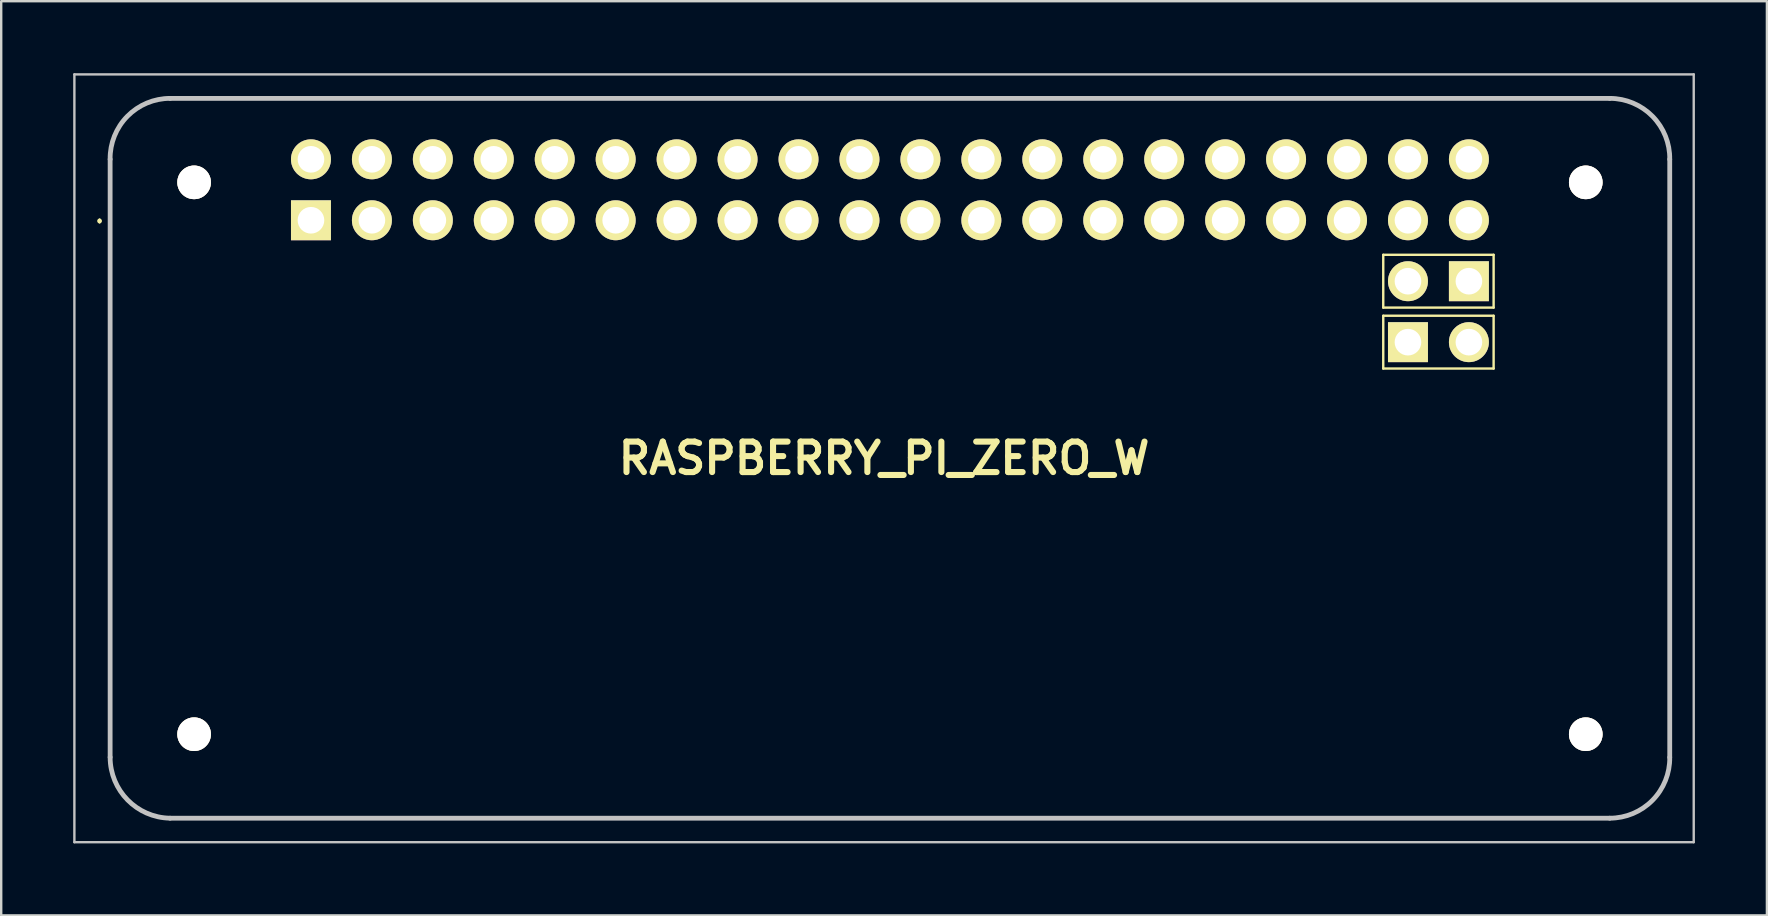
<source format=kicad_pcb>
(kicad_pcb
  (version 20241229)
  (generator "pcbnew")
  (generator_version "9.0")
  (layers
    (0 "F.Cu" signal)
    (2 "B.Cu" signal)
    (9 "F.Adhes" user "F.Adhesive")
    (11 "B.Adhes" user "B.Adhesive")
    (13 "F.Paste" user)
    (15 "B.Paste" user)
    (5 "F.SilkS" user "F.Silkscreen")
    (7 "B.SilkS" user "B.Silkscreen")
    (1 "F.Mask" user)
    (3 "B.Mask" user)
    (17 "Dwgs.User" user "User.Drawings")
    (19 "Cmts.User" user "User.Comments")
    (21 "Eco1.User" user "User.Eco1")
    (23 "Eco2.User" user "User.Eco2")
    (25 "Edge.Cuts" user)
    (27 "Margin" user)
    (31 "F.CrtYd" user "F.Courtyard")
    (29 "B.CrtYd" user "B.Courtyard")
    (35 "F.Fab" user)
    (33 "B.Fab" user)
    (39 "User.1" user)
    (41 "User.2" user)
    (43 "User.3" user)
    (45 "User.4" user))
  (footprint "RASPBERRY_PI_ZERO_W"
    (layer "F.Cu")
    (at 33.795 16.05)
    (property "Reference" "RASPBERRY_PI_ZERO_W" (at 0 0 0) (layer "F.SilkS") (effects (font (size 1.27 1.27) (thickness 0.254))))
    (attr through_hole)
    (fp_line (start -32.695 -9.94) (end -32.695 -9.94) (stroke (width 0.1) (type solid)) (layer "F.SilkS"))
    (fp_line (start -32.695 -9.84) (end -32.695 -9.84) (stroke (width 0.1) (type solid)) (layer "F.SilkS"))
    (fp_line (start -32.255 -12.46) (end -32.255 12.46) (stroke (width 0.1) (type solid)) (layer "F.SilkS"))
    (fp_line (start -29.755 15) (end 30.245 15) (stroke (width 0.1) (type solid)) (layer "F.SilkS"))
    (fp_line (start 20.805 -8.48) (end 25.405 -8.48) (stroke (width 0.1) (type solid)) (layer "F.SilkS"))
    (fp_line (start 20.805 -6.28) (end 20.805 -8.48) (stroke (width 0.1) (type solid)) (layer "F.SilkS"))
    (fp_line (start 20.805 -5.94) (end 25.405 -5.94) (stroke (width 0.1) (type solid)) (layer "F.SilkS"))
    (fp_line (start 20.805 -3.74) (end 20.805 -5.94) (stroke (width 0.1) (type solid)) (layer "F.SilkS"))
    (fp_line (start 25.405 -8.48) (end 25.405 -6.28) (stroke (width 0.1) (type solid)) (layer "F.SilkS"))
    (fp_line (start 25.405 -6.28) (end 20.805 -6.28) (stroke (width 0.1) (type solid)) (layer "F.SilkS"))
    (fp_line (start 25.405 -5.94) (end 25.405 -3.74) (stroke (width 0.1) (type solid)) (layer "F.SilkS"))
    (fp_line (start 25.405 -3.74) (end 20.805 -3.74) (stroke (width 0.1) (type solid)) (layer "F.SilkS"))
    (fp_line (start 30.245 -15) (end -29.755 -15) (stroke (width 0.1) (type solid)) (layer "F.SilkS"))
    (fp_line (start 32.745 12.46) (end 32.745 -12.46) (stroke (width 0.1) (type solid)) (layer "F.SilkS"))
    (fp_arc (start -32.695 -9.94) (mid -32.645 -9.89) (end -32.695 -9.84) (stroke (width 0.1) (type solid)) (layer "F.SilkS"))
    (fp_arc (start -32.695 -9.84) (mid -32.745 -9.89) (end -32.695 -9.94) (stroke (width 0.1) (type solid)) (layer "F.SilkS"))
    (fp_arc (start -32.255061 -12.463955) (mid -31.535456 -14.254877) (end -29.755 -15) (stroke (width 0.1) (type solid)) (layer "F.SilkS"))
    (fp_arc (start -29.759015 14.999933) (mid -31.526564 14.240534) (end -32.255 12.46) (stroke (width 0.1) (type solid)) (layer "F.SilkS"))
    (fp_arc (start 30.249015 -14.999933) (mid 32.016564 -14.240534) (end 32.745 -12.46) (stroke (width 0.1) (type solid)) (layer "F.SilkS"))
    (fp_arc (start 32.745061 12.463955) (mid 32.025456 14.254877) (end 30.245 15) (stroke (width 0.1) (type solid)) (layer "F.SilkS"))
    (fp_line (start -33.745 -16) (end 33.745 -16) (stroke (width 0.1) (type solid)) (layer "Dwgs.User"))
    (fp_line (start -33.745 16) (end -33.745 -16) (stroke (width 0.1) (type solid)) (layer "Dwgs.User"))
    (fp_line (start -32.255 -12.46) (end -32.255 12.46) (stroke (width 0.2) (type solid)) (layer "Dwgs.User"))
    (fp_line (start -29.755 15) (end 30.245 15) (stroke (width 0.2) (type solid)) (layer "Dwgs.User"))
    (fp_line (start 30.245 -15) (end -29.755 -15) (stroke (width 0.2) (type solid)) (layer "Dwgs.User"))
    (fp_line (start 32.745 12.46) (end 32.745 -12.46) (stroke (width 0.2) (type solid)) (layer "Dwgs.User"))
    (fp_line (start 33.745 -16) (end 33.745 16) (stroke (width 0.1) (type solid)) (layer "Dwgs.User"))
    (fp_line (start 33.745 16) (end -33.745 16) (stroke (width 0.1) (type solid)) (layer "Dwgs.User"))
    (fp_arc (start -32.255061 -12.463955) (mid -31.535456 -14.254877) (end -29.755 -15) (stroke (width 0.2) (type solid)) (layer "Dwgs.User"))
    (fp_arc (start -29.759015 14.999933) (mid -31.526564 14.240534) (end -32.255 12.46) (stroke (width 0.2) (type solid)) (layer "Dwgs.User"))
    (fp_arc (start 30.248955 -14.999995) (mid 32.028229 -14.252057) (end 32.745 -12.46) (stroke (width 0.2) (type solid)) (layer "Dwgs.User"))
    (fp_arc (start 32.745061 12.463955) (mid 32.025456 14.254877) (end 30.245 15) (stroke (width 0.2) (type solid)) (layer "Dwgs.User"))
    (pad "1" thru_hole rect (at -23.885 -9.92 90) (size 1.665 1.665) (drill 1.11) (layers "*.Cu" "*.Mask" "F.SilkS"))
    (pad "2" thru_hole circle (at -23.885 -12.46 90) (size 1.665 1.665) (drill 1.11) (layers "*.Cu" "*.Mask" "F.SilkS"))
    (pad "3" thru_hole circle (at -21.345 -9.92 90) (size 1.665 1.665) (drill 1.11) (layers "*.Cu" "*.Mask" "F.SilkS"))
    (pad "4" thru_hole circle (at -21.345 -12.46 90) (size 1.665 1.665) (drill 1.11) (layers "*.Cu" "*.Mask" "F.SilkS"))
    (pad "5" thru_hole circle (at -18.805 -9.92 90) (size 1.665 1.665) (drill 1.11) (layers "*.Cu" "*.Mask" "F.SilkS"))
    (pad "6" thru_hole circle (at -18.805 -12.46 90) (size 1.665 1.665) (drill 1.11) (layers "*.Cu" "*.Mask" "F.SilkS"))
    (pad "7" thru_hole circle (at -16.265 -9.92 90) (size 1.665 1.665) (drill 1.11) (layers "*.Cu" "*.Mask" "F.SilkS"))
    (pad "8" thru_hole circle (at -16.265 -12.46 90) (size 1.665 1.665) (drill 1.11) (layers "*.Cu" "*.Mask" "F.SilkS"))
    (pad "9" thru_hole circle (at -13.725 -9.92 90) (size 1.665 1.665) (drill 1.11) (layers "*.Cu" "*.Mask" "F.SilkS"))
    (pad "10" thru_hole circle (at -13.725 -12.46 90) (size 1.665 1.665) (drill 1.11) (layers "*.Cu" "*.Mask" "F.SilkS"))
    (pad "11" thru_hole circle (at -11.185 -9.92 90) (size 1.665 1.665) (drill 1.11) (layers "*.Cu" "*.Mask" "F.SilkS"))
    (pad "12" thru_hole circle (at -11.185 -12.46 90) (size 1.665 1.665) (drill 1.11) (layers "*.Cu" "*.Mask" "F.SilkS"))
    (pad "13" thru_hole circle (at -8.645 -9.92 90) (size 1.665 1.665) (drill 1.11) (layers "*.Cu" "*.Mask" "F.SilkS"))
    (pad "14" thru_hole circle (at -8.645 -12.46 90) (size 1.665 1.665) (drill 1.11) (layers "*.Cu" "*.Mask" "F.SilkS"))
    (pad "15" thru_hole circle (at -6.105 -9.92 90) (size 1.665 1.665) (drill 1.11) (layers "*.Cu" "*.Mask" "F.SilkS"))
    (pad "16" thru_hole circle (at -6.105 -12.46 90) (size 1.665 1.665) (drill 1.11) (layers "*.Cu" "*.Mask" "F.SilkS"))
    (pad "17" thru_hole circle (at -3.565 -9.92 90) (size 1.665 1.665) (drill 1.11) (layers "*.Cu" "*.Mask" "F.SilkS"))
    (pad "18" thru_hole circle (at -3.565 -12.46 90) (size 1.665 1.665) (drill 1.11) (layers "*.Cu" "*.Mask" "F.SilkS"))
    (pad "19" thru_hole circle (at -1.025 -9.92 90) (size 1.665 1.665) (drill 1.11) (layers "*.Cu" "*.Mask" "F.SilkS"))
    (pad "20" thru_hole circle (at -1.025 -12.46 90) (size 1.665 1.665) (drill 1.11) (layers "*.Cu" "*.Mask" "F.SilkS"))
    (pad "21" thru_hole circle (at 1.515 -9.92 90) (size 1.665 1.665) (drill 1.11) (layers "*.Cu" "*.Mask" "F.SilkS"))
    (pad "22" thru_hole circle (at 1.515 -12.46 90) (size 1.665 1.665) (drill 1.11) (layers "*.Cu" "*.Mask" "F.SilkS"))
    (pad "23" thru_hole circle (at 4.055 -9.92 90) (size 1.665 1.665) (drill 1.11) (layers "*.Cu" "*.Mask" "F.SilkS"))
    (pad "24" thru_hole circle (at 4.055 -12.46 90) (size 1.665 1.665) (drill 1.11) (layers "*.Cu" "*.Mask" "F.SilkS"))
    (pad "25" thru_hole circle (at 6.595 -9.92 90) (size 1.665 1.665) (drill 1.11) (layers "*.Cu" "*.Mask" "F.SilkS"))
    (pad "26" thru_hole circle (at 6.595 -12.46 90) (size 1.665 1.665) (drill 1.11) (layers "*.Cu" "*.Mask" "F.SilkS"))
    (pad "27" thru_hole circle (at 9.135 -9.92 90) (size 1.665 1.665) (drill 1.11) (layers "*.Cu" "*.Mask" "F.SilkS"))
    (pad "28" thru_hole circle (at 9.135 -12.46 90) (size 1.665 1.665) (drill 1.11) (layers "*.Cu" "*.Mask" "F.SilkS"))
    (pad "29" thru_hole circle (at 11.675 -9.92 90) (size 1.665 1.665) (drill 1.11) (layers "*.Cu" "*.Mask" "F.SilkS"))
    (pad "30" thru_hole circle (at 11.675 -12.46 90) (size 1.665 1.665) (drill 1.11) (layers "*.Cu" "*.Mask" "F.SilkS"))
    (pad "31" thru_hole circle (at 14.215 -9.92 90) (size 1.665 1.665) (drill 1.11) (layers "*.Cu" "*.Mask" "F.SilkS"))
    (pad "32" thru_hole circle (at 14.215 -12.46 90) (size 1.665 1.665) (drill 1.11) (layers "*.Cu" "*.Mask" "F.SilkS"))
    (pad "33" thru_hole circle (at 16.755 -9.92 90) (size 1.665 1.665) (drill 1.11) (layers "*.Cu" "*.Mask" "F.SilkS"))
    (pad "34" thru_hole circle (at 16.755 -12.46 90) (size 1.665 1.665) (drill 1.11) (layers "*.Cu" "*.Mask" "F.SilkS"))
    (pad "35" thru_hole circle (at 19.295 -9.92 90) (size 1.665 1.665) (drill 1.11) (layers "*.Cu" "*.Mask" "F.SilkS"))
    (pad "36" thru_hole circle (at 19.295 -12.46 90) (size 1.665 1.665) (drill 1.11) (layers "*.Cu" "*.Mask" "F.SilkS"))
    (pad "37" thru_hole circle (at 21.835 -9.92 90) (size 1.665 1.665) (drill 1.11) (layers "*.Cu" "*.Mask" "F.SilkS"))
    (pad "38" thru_hole circle (at 21.835 -12.46 90) (size 1.665 1.665) (drill 1.11) (layers "*.Cu" "*.Mask" "F.SilkS"))
    (pad "39" thru_hole circle (at 24.375 -9.92 90) (size 1.665 1.665) (drill 1.11) (layers "*.Cu" "*.Mask" "F.SilkS"))
    (pad "40" thru_hole circle (at 24.375 -12.46 90) (size 1.665 1.665) (drill 1.11) (layers "*.Cu" "*.Mask" "F.SilkS"))
    (pad "41" thru_hole rect (at 24.375 -7.38 90) (size 1.665 1.665) (drill 1.11) (layers "*.Cu" "*.Mask" "F.SilkS"))
    (pad "42" thru_hole circle (at 21.835 -7.38 90) (size 1.665 1.665) (drill 1.11) (layers "*.Cu" "*.Mask" "F.SilkS"))
    (pad "43" thru_hole rect (at 21.835 -4.84 90) (size 1.665 1.665) (drill 1.11) (layers "*.Cu" "*.Mask" "F.SilkS"))
    (pad "44" thru_hole circle (at 24.375 -4.84 90) (size 1.665 1.665) (drill 1.11) (layers "*.Cu" "*.Mask" "F.SilkS"))
    (pad "MH1" thru_hole circle (at -28.755 -11.5 90) (size 1.4 1.4) (drill 2.8) (layers "*.Cu" "*.Mask" "F.SilkS"))
    (pad "MH2" thru_hole circle (at -28.755 11.5 90) (size 1.4 1.4) (drill 2.8) (layers "*.Cu" "*.Mask" "F.SilkS"))
    (pad "MH3" thru_hole circle (at 29.245 11.5 90) (size 1.4 1.4) (drill 2.8) (layers "*.Cu" "*.Mask" "F.SilkS"))
    (pad "MH4" thru_hole circle (at 29.245 -11.5 90) (size 1.4 1.4) (drill 2.8) (layers "*.Cu" "*.Mask" "F.SilkS")))
  (gr_rect
    (start -3 -3)
    (end 70.59 35.1)
    (stroke (width 0.1) (type default))
    (fill no)
    (layer "Edge.Cuts")))
</source>
